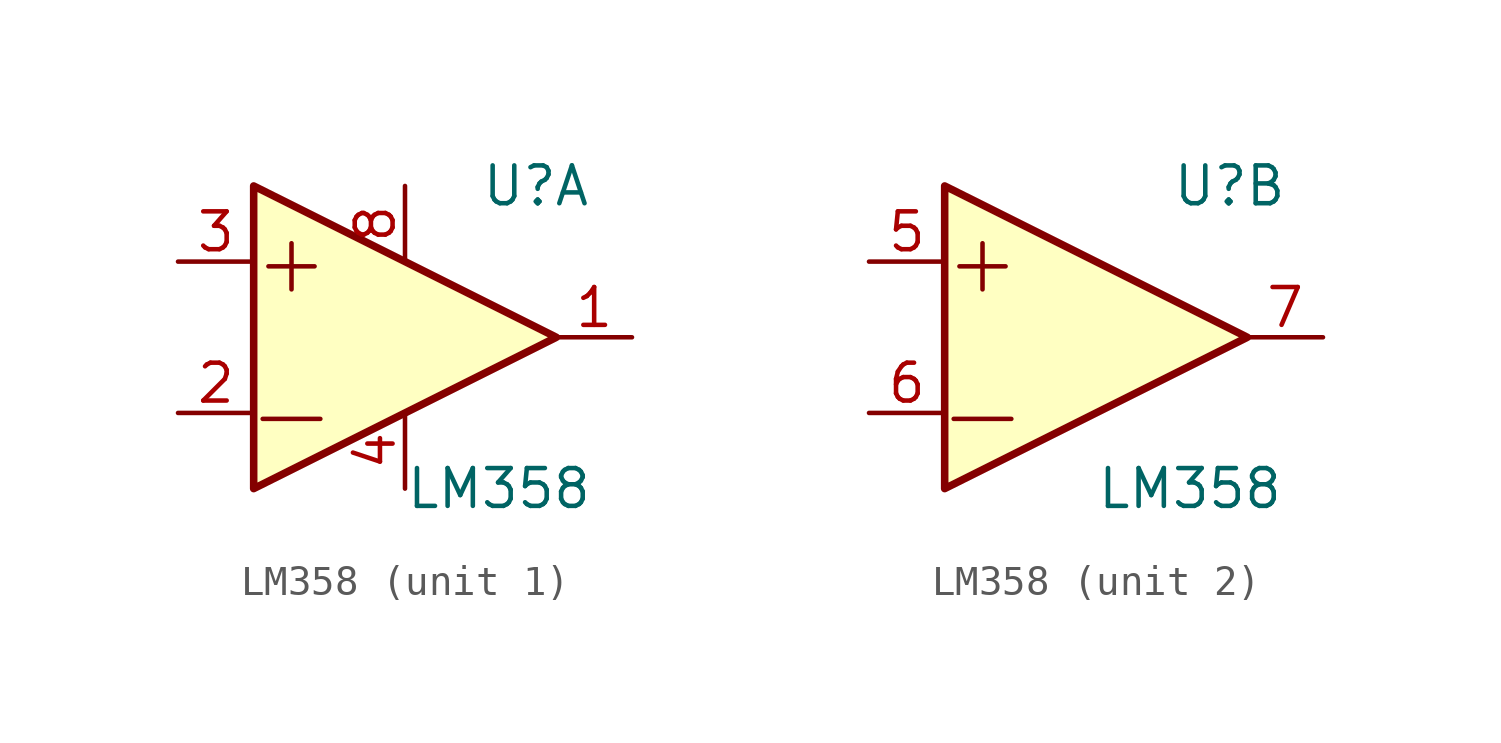
<source format=kicad_sym>
(kicad_symbol_lib
  (version 20231120)
  (generator "kicad_symbol_editor")
  (generator_version "8.0")
  (symbol "LM358"
    (pin_names
      (offset 0.127))
    (property "Reference" "U"
      (at 2.54 5.08 0)
      (effects (font (size 1.27 1.27)) (justify left)))
    (property "Value" "LM358"
      (at 0 -5.08 0)
      (effects (font (size 1.27 1.27)) (justify left)))
    (property "ki_locked" ""
      (at 0 0 0)
      (effects (font (size 1.27 1.27))))
    (symbol "LM358_1_1"
      (polyline (pts (xy -5.08 5.08) (xy 5.08 0) (xy -5.08 -5.08) (xy -5.08 5.08)) (stroke (width 0.254) (type default)) (fill (type background)))
      (text "+" (at -3.81 2.54 0) (effects (font (size 2.032 2.032))))
      (text "-" (at -3.81 -2.54 0) (effects (font (size 2.54 2.54))))
      (pin power_out line (at 7.62 0 180) (length 2.54) (name "~" (effects (font (size 1.27 1.27)))) (number "1" (effects (font (size 1.27 1.27)))))
      (pin bidirectional line (at -7.62 -2.54 0) (length 2.54) (name "" (effects (font (size 2.54 2.54)))) (number "2" (effects (font (size 1.27 1.27)))))
      (pin bidirectional line (at -7.62 2.54 0) (length 2.54) (name "" (effects (font (size 2.54 2.54)))) (number "3" (effects (font (size 1.27 1.27)))))
      (pin power_in line (at 0 -5.08 90) (length 2.54) (name "~" (effects (font (size 1.27 1.27)))) (number "4" (effects (font (size 1.27 1.27)))))
      (pin power_in line (at 0 5.08 270) (length 2.54) (name "~" (effects (font (size 1.27 1.27)))) (number "8" (effects (font (size 1.27 1.27))))))
    (symbol "LM358_2_1"
      (polyline (pts (xy -5.08 5.08) (xy 5.08 0) (xy -5.08 -5.08) (xy -5.08 5.08)) (stroke (width 0.254) (type default)) (fill (type background)))
      (text "+" (at -3.81 2.54 0) (effects (font (size 2.032 2.032))))
      (text "-" (at -3.81 -2.54 0) (effects (font (size 2.54 2.54))))
      (pin bidirectional line (at -7.62 2.54 0) (length 2.54) (name "" (effects (font (size 1.27 1.27)))) (number "5" (effects (font (size 1.27 1.27)))))
      (pin bidirectional line (at -7.62 -2.54 0) (length 2.54) (name "" (effects (font (size 1.27 1.27)))) (number "6" (effects (font (size 1.27 1.27)))))
      (pin bidirectional line (at 7.62 0 180) (length 2.54) (name "~" (effects (font (size 1.27 1.27)))) (number "7" (effects (font (size 1.27 1.27))))))))
</source>
